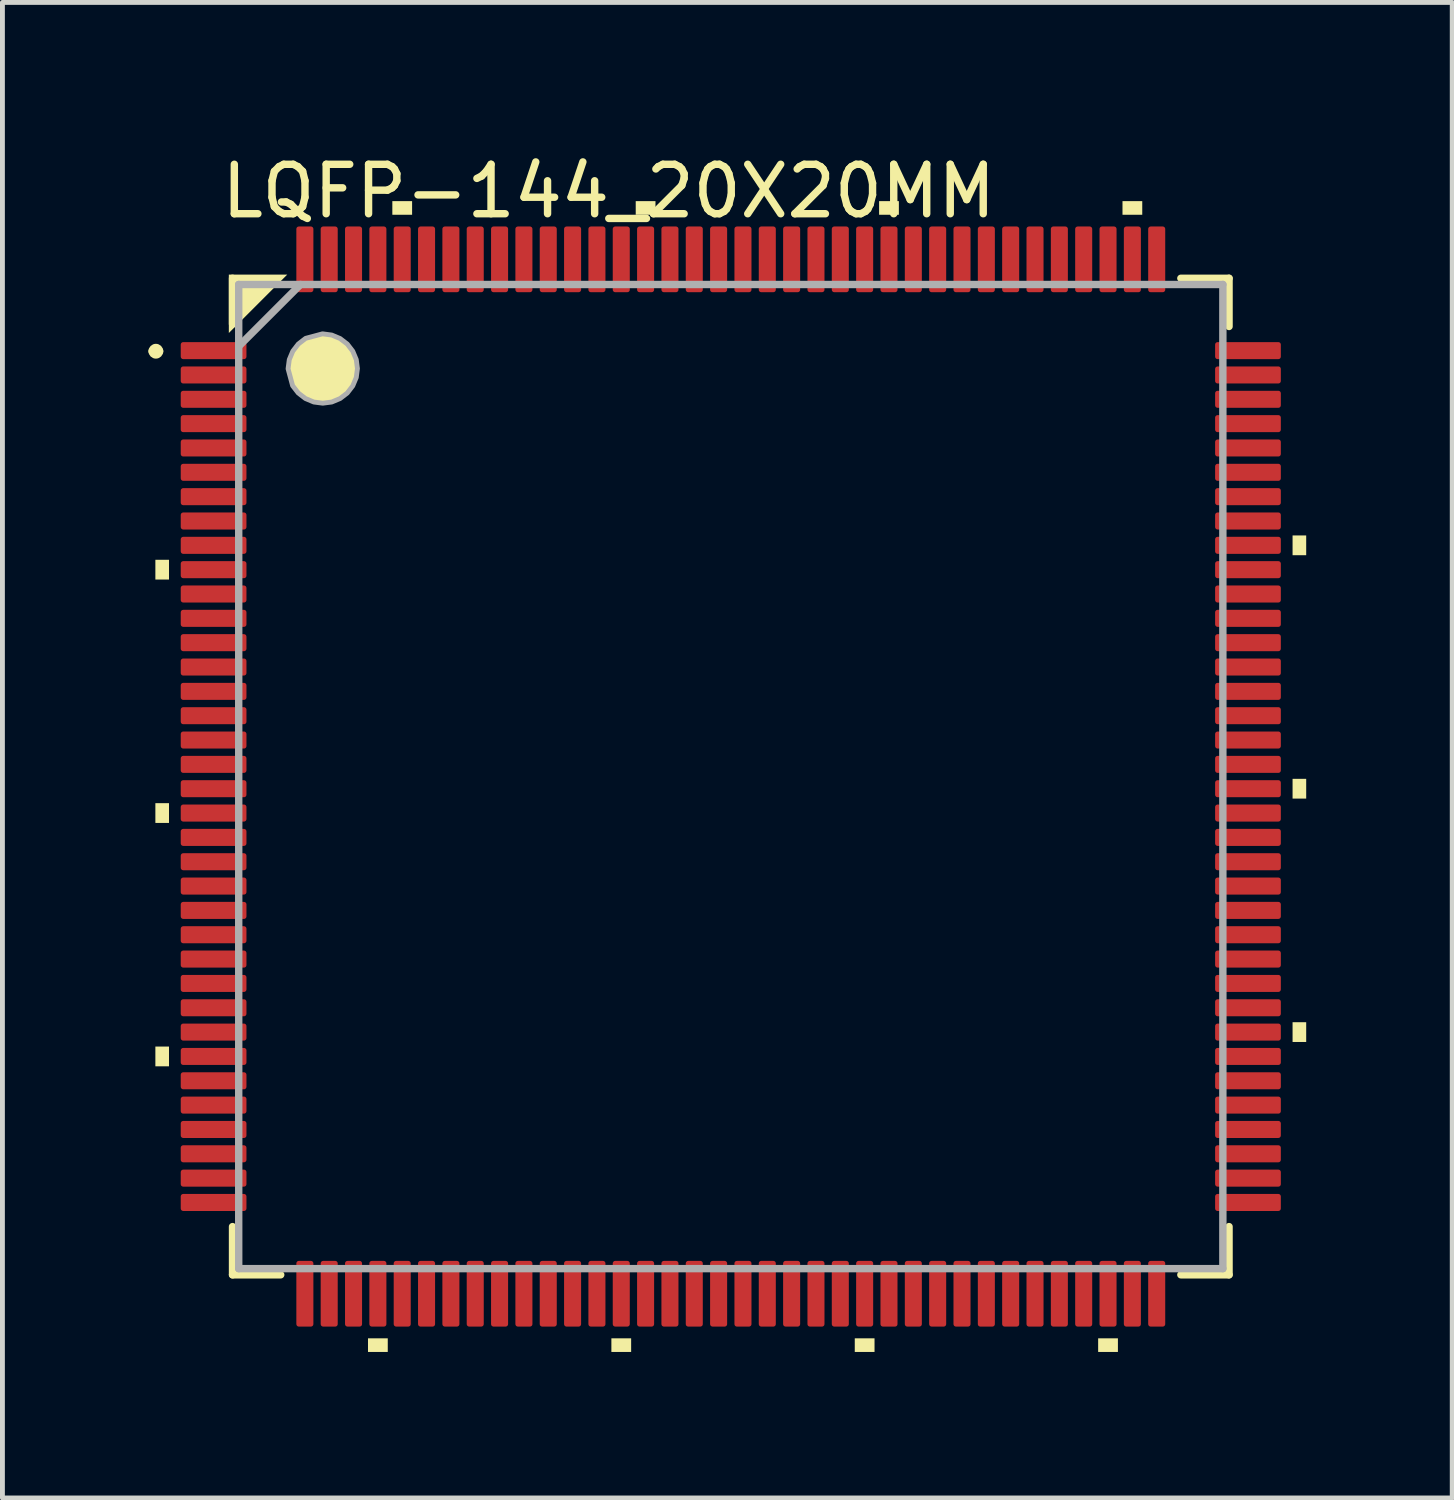
<source format=kicad_pcb>
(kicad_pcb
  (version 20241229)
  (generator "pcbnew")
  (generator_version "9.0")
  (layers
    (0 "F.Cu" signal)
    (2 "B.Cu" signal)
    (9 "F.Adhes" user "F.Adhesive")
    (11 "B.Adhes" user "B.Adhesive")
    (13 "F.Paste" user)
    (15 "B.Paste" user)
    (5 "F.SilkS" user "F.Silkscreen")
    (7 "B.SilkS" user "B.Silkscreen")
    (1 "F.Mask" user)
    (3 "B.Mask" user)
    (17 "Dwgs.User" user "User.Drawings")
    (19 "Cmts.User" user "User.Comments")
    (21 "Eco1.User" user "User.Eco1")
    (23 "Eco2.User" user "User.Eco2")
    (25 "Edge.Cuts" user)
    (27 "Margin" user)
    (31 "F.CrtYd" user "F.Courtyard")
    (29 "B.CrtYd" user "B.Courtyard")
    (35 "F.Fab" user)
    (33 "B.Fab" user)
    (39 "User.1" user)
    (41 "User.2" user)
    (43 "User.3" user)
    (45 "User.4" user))
  (footprint "LQFP-144_20X20MM"
    (layer "F.Cu")
    (at 11.963 12.903)
    (property "Reference" "LQFP-144_20X20MM" (at -10.541 -11.43 0) (layer "F.SilkS") (effects (font (size 1.016 1.016) (thickness 0.152)) (justify left bottom)))
    (attr smd)
    (fp_line (start -10.236 -10.236) (end -10.236 -9.296) (stroke (width 0.152) (type solid)) (layer "F.SilkS"))
    (fp_line (start -10.236 9.246) (end -10.236 10.236) (stroke (width 0.152) (type solid)) (layer "F.SilkS"))
    (fp_line (start -10.236 10.236) (end -9.246 10.236) (stroke (width 0.152) (type solid)) (layer "F.SilkS"))
    (fp_line (start 9.246 10.236) (end 10.236 10.236) (stroke (width 0.152) (type solid)) (layer "F.SilkS"))
    (fp_line (start 10.236 -10.236) (end 9.246 -10.236) (stroke (width 0.152) (type solid)) (layer "F.SilkS"))
    (fp_line (start 10.236 -9.246) (end 10.236 -10.236) (stroke (width 0.152) (type solid)) (layer "F.SilkS"))
    (fp_line (start 10.236 10.236) (end 10.236 9.246) (stroke (width 0.152) (type solid)) (layer "F.SilkS"))
    (fp_arc (start -11.8872 -8.7376) (mid -11.811 -8.8138) (end -11.7348 -8.7376) (stroke (width 0.1524) (type solid)) (layer "F.SilkS"))
    (fp_arc (start -11.7348 -8.7376) (mid -11.811 -8.6614) (end -11.8872 -8.7376) (stroke (width 0.1524) (type solid)) (layer "F.SilkS"))
    (fp_poly (pts (xy -10.312 -9.112) (xy -10.312 -10.312) (xy -9.112 -10.312)) (stroke (width 0) (type default)) (fill yes) (layer "F.SilkS"))
    (fp_poly (pts (xy -11.541 -4.047) (xy -11.821 -4.047) (xy -11.821 -4.453) (xy -11.541 -4.453)) (stroke (width 0) (type default)) (fill yes) (layer "F.SilkS"))
    (fp_poly (pts (xy -11.541 0.953) (xy -11.821 0.953) (xy -11.821 0.547) (xy -11.541 0.547)) (stroke (width 0) (type default)) (fill yes) (layer "F.SilkS"))
    (fp_poly (pts (xy -11.541 5.953) (xy -11.821 5.953) (xy -11.821 5.547) (xy -11.541 5.547)) (stroke (width 0) (type default)) (fill yes) (layer "F.SilkS"))
    (fp_poly (pts (xy -7.047 11.821) (xy -7.453 11.821) (xy -7.453 11.541) (xy -7.047 11.541)) (stroke (width 0) (type default)) (fill yes) (layer "F.SilkS"))
    (fp_poly (pts (xy -6.547 -11.541) (xy -6.953 -11.541) (xy -6.953 -11.821) (xy -6.547 -11.821)) (stroke (width 0) (type default)) (fill yes) (layer "F.SilkS"))
    (fp_poly (pts (xy -2.047 11.821) (xy -2.453 11.821) (xy -2.453 11.541) (xy -2.047 11.541)) (stroke (width 0) (type default)) (fill yes) (layer "F.SilkS"))
    (fp_poly (pts (xy -1.547 -11.541) (xy -1.953 -11.541) (xy -1.953 -11.821) (xy -1.547 -11.821)) (stroke (width 0) (type default)) (fill yes) (layer "F.SilkS"))
    (fp_poly (pts (xy 2.953 11.821) (xy 2.547 11.821) (xy 2.547 11.541) (xy 2.953 11.541)) (stroke (width 0) (type default)) (fill yes) (layer "F.SilkS"))
    (fp_poly (pts (xy 3.453 -11.541) (xy 3.047 -11.541) (xy 3.047 -11.821) (xy 3.453 -11.821)) (stroke (width 0) (type default)) (fill yes) (layer "F.SilkS"))
    (fp_poly (pts (xy 7.953 11.821) (xy 7.547 11.821) (xy 7.547 11.541) (xy 7.953 11.541)) (stroke (width 0) (type default)) (fill yes) (layer "F.SilkS"))
    (fp_poly (pts (xy 8.453 -11.541) (xy 8.047 -11.541) (xy 8.047 -11.821) (xy 8.453 -11.821)) (stroke (width 0) (type default)) (fill yes) (layer "F.SilkS"))
    (fp_poly (pts (xy 11.821 -4.547) (xy 11.541 -4.547) (xy 11.541 -4.953) (xy 11.821 -4.953)) (stroke (width 0) (type default)) (fill yes) (layer "F.SilkS"))
    (fp_poly (pts (xy 11.821 0.453) (xy 11.541 0.453) (xy 11.541 0.047) (xy 11.821 0.047)) (stroke (width 0) (type default)) (fill yes) (layer "F.SilkS"))
    (fp_poly (pts (xy 11.821 5.453) (xy 11.541 5.453) (xy 11.541 5.047) (xy 11.821 5.047)) (stroke (width 0) (type default)) (fill yes) (layer "F.SilkS"))
    (fp_poly (pts (xy -8.198 -9.07) (xy -8.026 -8.998) (xy -7.879 -8.885) (xy -7.766 -8.738) (xy -7.694 -8.566) (xy -7.67 -8.382) (xy -7.694 -8.198) (xy -7.766 -8.026) (xy -7.879 -7.879) (xy -8.026 -7.766) (xy -8.198 -7.694) (xy -8.382 -7.67) (xy -8.566 -7.694) (xy -8.738 -7.766) (xy -8.885 -7.879) (xy -9.002 -8.03) (xy -9.095 -8.377) (xy -9.07 -8.566) (xy -8.998 -8.738) (xy -8.885 -8.885) (xy -8.734 -9.002) (xy -8.387 -9.095)) (stroke (width 0) (type default)) (fill yes) (layer "F.SilkS"))
    (fp_line (start -10.109 -10.109) (end -10.109 10.109) (stroke (width 0.152) (type solid)) (layer "F.Fab"))
    (fp_line (start -10.109 -8.839) (end -8.839 -10.109) (stroke (width 0.152) (type solid)) (layer "F.Fab"))
    (fp_line (start -10.109 10.109) (end 10.109 10.109) (stroke (width 0.152) (type solid)) (layer "F.Fab"))
    (fp_line (start 10.109 -10.109) (end -10.109 -10.109) (stroke (width 0.152) (type solid)) (layer "F.Fab"))
    (fp_line (start 10.109 10.109) (end 10.109 -10.109) (stroke (width 0.152) (type solid)) (layer "F.Fab"))
    (fp_poly (pts (xy -8.198 -9.07) (xy -8.026 -8.998) (xy -7.879 -8.885) (xy -7.766 -8.738) (xy -7.694 -8.566) (xy -7.67 -8.382) (xy -7.694 -8.198) (xy -7.766 -8.026) (xy -7.879 -7.879) (xy -8.026 -7.766) (xy -8.198 -7.694) (xy -8.382 -7.67) (xy -8.566 -7.694) (xy -8.738 -7.766) (xy -8.885 -7.879) (xy -9.002 -8.03) (xy -9.095 -8.377) (xy -9.07 -8.566) (xy -8.998 -8.738) (xy -8.885 -8.885) (xy -8.734 -9.002) (xy -8.387 -9.095)) (stroke (width 0.1) (type default)) (fill no) (layer "F.Fab"))
    (pad "1" smd roundrect (at -10.625 -8.75) (size 1.35 0.35) (layers "F.Cu" "F.Mask" "F.Paste") (roundrect_rratio 0.145))
    (pad "2" smd roundrect (at -10.625 -8.25) (size 1.35 0.35) (layers "F.Cu" "F.Mask" "F.Paste") (roundrect_rratio 0.145))
    (pad "3" smd roundrect (at -10.625 -7.75) (size 1.35 0.35) (layers "F.Cu" "F.Mask" "F.Paste") (roundrect_rratio 0.145))
    (pad "4" smd roundrect (at -10.625 -7.25) (size 1.35 0.35) (layers "F.Cu" "F.Mask" "F.Paste") (roundrect_rratio 0.145))
    (pad "5" smd roundrect (at -10.625 -6.75) (size 1.35 0.35) (layers "F.Cu" "F.Mask" "F.Paste") (roundrect_rratio 0.145))
    (pad "6" smd roundrect (at -10.625 -6.25) (size 1.35 0.35) (layers "F.Cu" "F.Mask" "F.Paste") (roundrect_rratio 0.145))
    (pad "7" smd roundrect (at -10.625 -5.75) (size 1.35 0.35) (layers "F.Cu" "F.Mask" "F.Paste") (roundrect_rratio 0.145))
    (pad "8" smd roundrect (at -10.625 -5.25) (size 1.35 0.35) (layers "F.Cu" "F.Mask" "F.Paste") (roundrect_rratio 0.145))
    (pad "9" smd roundrect (at -10.625 -4.75) (size 1.35 0.35) (layers "F.Cu" "F.Mask" "F.Paste") (roundrect_rratio 0.145))
    (pad "10" smd roundrect (at -10.625 -4.25) (size 1.35 0.35) (layers "F.Cu" "F.Mask" "F.Paste") (roundrect_rratio 0.145))
    (pad "11" smd roundrect (at -10.625 -3.75) (size 1.35 0.35) (layers "F.Cu" "F.Mask" "F.Paste") (roundrect_rratio 0.145))
    (pad "12" smd roundrect (at -10.625 -3.25) (size 1.35 0.35) (layers "F.Cu" "F.Mask" "F.Paste") (roundrect_rratio 0.145))
    (pad "13" smd roundrect (at -10.625 -2.75) (size 1.35 0.35) (layers "F.Cu" "F.Mask" "F.Paste") (roundrect_rratio 0.145))
    (pad "14" smd roundrect (at -10.625 -2.25) (size 1.35 0.35) (layers "F.Cu" "F.Mask" "F.Paste") (roundrect_rratio 0.145))
    (pad "15" smd roundrect (at -10.625 -1.75) (size 1.35 0.35) (layers "F.Cu" "F.Mask" "F.Paste") (roundrect_rratio 0.145))
    (pad "16" smd roundrect (at -10.625 -1.25) (size 1.35 0.35) (layers "F.Cu" "F.Mask" "F.Paste") (roundrect_rratio 0.145))
    (pad "17" smd roundrect (at -10.625 -0.75) (size 1.35 0.35) (layers "F.Cu" "F.Mask" "F.Paste") (roundrect_rratio 0.145))
    (pad "18" smd roundrect (at -10.625 -0.25) (size 1.35 0.35) (layers "F.Cu" "F.Mask" "F.Paste") (roundrect_rratio 0.145))
    (pad "19" smd roundrect (at -10.625 0.25) (size 1.35 0.35) (layers "F.Cu" "F.Mask" "F.Paste") (roundrect_rratio 0.145))
    (pad "20" smd roundrect (at -10.625 0.75) (size 1.35 0.35) (layers "F.Cu" "F.Mask" "F.Paste") (roundrect_rratio 0.145))
    (pad "21" smd roundrect (at -10.625 1.25) (size 1.35 0.35) (layers "F.Cu" "F.Mask" "F.Paste") (roundrect_rratio 0.145))
    (pad "22" smd roundrect (at -10.625 1.75) (size 1.35 0.35) (layers "F.Cu" "F.Mask" "F.Paste") (roundrect_rratio 0.145))
    (pad "23" smd roundrect (at -10.625 2.25) (size 1.35 0.35) (layers "F.Cu" "F.Mask" "F.Paste") (roundrect_rratio 0.145))
    (pad "24" smd roundrect (at -10.625 2.75) (size 1.35 0.35) (layers "F.Cu" "F.Mask" "F.Paste") (roundrect_rratio 0.145))
    (pad "25" smd roundrect (at -10.625 3.25) (size 1.35 0.35) (layers "F.Cu" "F.Mask" "F.Paste") (roundrect_rratio 0.145))
    (pad "26" smd roundrect (at -10.625 3.75) (size 1.35 0.35) (layers "F.Cu" "F.Mask" "F.Paste") (roundrect_rratio 0.145))
    (pad "27" smd roundrect (at -10.625 4.25) (size 1.35 0.35) (layers "F.Cu" "F.Mask" "F.Paste") (roundrect_rratio 0.145))
    (pad "28" smd roundrect (at -10.625 4.75) (size 1.35 0.35) (layers "F.Cu" "F.Mask" "F.Paste") (roundrect_rratio 0.145))
    (pad "29" smd roundrect (at -10.625 5.25) (size 1.35 0.35) (layers "F.Cu" "F.Mask" "F.Paste") (roundrect_rratio 0.145))
    (pad "30" smd roundrect (at -10.625 5.75) (size 1.35 0.35) (layers "F.Cu" "F.Mask" "F.Paste") (roundrect_rratio 0.145))
    (pad "31" smd roundrect (at -10.625 6.25) (size 1.35 0.35) (layers "F.Cu" "F.Mask" "F.Paste") (roundrect_rratio 0.145))
    (pad "32" smd roundrect (at -10.625 6.75) (size 1.35 0.35) (layers "F.Cu" "F.Mask" "F.Paste") (roundrect_rratio 0.145))
    (pad "33" smd roundrect (at -10.625 7.25) (size 1.35 0.35) (layers "F.Cu" "F.Mask" "F.Paste") (roundrect_rratio 0.145))
    (pad "34" smd roundrect (at -10.625 7.75) (size 1.35 0.35) (layers "F.Cu" "F.Mask" "F.Paste") (roundrect_rratio 0.145))
    (pad "35" smd roundrect (at -10.625 8.25) (size 1.35 0.35) (layers "F.Cu" "F.Mask" "F.Paste") (roundrect_rratio 0.145))
    (pad "36" smd roundrect (at -10.625 8.75) (size 1.35 0.35) (layers "F.Cu" "F.Mask" "F.Paste") (roundrect_rratio 0.145))
    (pad "37" smd roundrect (at -8.75 10.625 90) (size 1.35 0.35) (layers "F.Cu" "F.Mask" "F.Paste") (roundrect_rratio 0.145))
    (pad "38" smd roundrect (at -8.25 10.625 90) (size 1.35 0.35) (layers "F.Cu" "F.Mask" "F.Paste") (roundrect_rratio 0.145))
    (pad "39" smd roundrect (at -7.75 10.625 90) (size 1.35 0.35) (layers "F.Cu" "F.Mask" "F.Paste") (roundrect_rratio 0.145))
    (pad "40" smd roundrect (at -7.25 10.625 90) (size 1.35 0.35) (layers "F.Cu" "F.Mask" "F.Paste") (roundrect_rratio 0.145))
    (pad "41" smd roundrect (at -6.75 10.625 90) (size 1.35 0.35) (layers "F.Cu" "F.Mask" "F.Paste") (roundrect_rratio 0.145))
    (pad "42" smd roundrect (at -6.25 10.625 90) (size 1.35 0.35) (layers "F.Cu" "F.Mask" "F.Paste") (roundrect_rratio 0.145))
    (pad "43" smd roundrect (at -5.75 10.625 90) (size 1.35 0.35) (layers "F.Cu" "F.Mask" "F.Paste") (roundrect_rratio 0.145))
    (pad "44" smd roundrect (at -5.25 10.625 90) (size 1.35 0.35) (layers "F.Cu" "F.Mask" "F.Paste") (roundrect_rratio 0.145))
    (pad "45" smd roundrect (at -4.75 10.625 90) (size 1.35 0.35) (layers "F.Cu" "F.Mask" "F.Paste") (roundrect_rratio 0.145))
    (pad "46" smd roundrect (at -4.25 10.625 90) (size 1.35 0.35) (layers "F.Cu" "F.Mask" "F.Paste") (roundrect_rratio 0.145))
    (pad "47" smd roundrect (at -3.75 10.625 90) (size 1.35 0.35) (layers "F.Cu" "F.Mask" "F.Paste") (roundrect_rratio 0.145))
    (pad "48" smd roundrect (at -3.25 10.625 90) (size 1.35 0.35) (layers "F.Cu" "F.Mask" "F.Paste") (roundrect_rratio 0.145))
    (pad "49" smd roundrect (at -2.75 10.625 90) (size 1.35 0.35) (layers "F.Cu" "F.Mask" "F.Paste") (roundrect_rratio 0.145))
    (pad "50" smd roundrect (at -2.25 10.625 90) (size 1.35 0.35) (layers "F.Cu" "F.Mask" "F.Paste") (roundrect_rratio 0.145))
    (pad "51" smd roundrect (at -1.75 10.625 90) (size 1.35 0.35) (layers "F.Cu" "F.Mask" "F.Paste") (roundrect_rratio 0.145))
    (pad "52" smd roundrect (at -1.25 10.625 90) (size 1.35 0.35) (layers "F.Cu" "F.Mask" "F.Paste") (roundrect_rratio 0.145))
    (pad "53" smd roundrect (at -0.75 10.625 90) (size 1.35 0.35) (layers "F.Cu" "F.Mask" "F.Paste") (roundrect_rratio 0.145))
    (pad "54" smd roundrect (at -0.25 10.625 90) (size 1.35 0.35) (layers "F.Cu" "F.Mask" "F.Paste") (roundrect_rratio 0.145))
    (pad "55" smd roundrect (at 0.25 10.625 90) (size 1.35 0.35) (layers "F.Cu" "F.Mask" "F.Paste") (roundrect_rratio 0.145))
    (pad "56" smd roundrect (at 0.75 10.625 90) (size 1.35 0.35) (layers "F.Cu" "F.Mask" "F.Paste") (roundrect_rratio 0.145))
    (pad "57" smd roundrect (at 1.25 10.625 90) (size 1.35 0.35) (layers "F.Cu" "F.Mask" "F.Paste") (roundrect_rratio 0.145))
    (pad "58" smd roundrect (at 1.75 10.625 90) (size 1.35 0.35) (layers "F.Cu" "F.Mask" "F.Paste") (roundrect_rratio 0.145))
    (pad "59" smd roundrect (at 2.25 10.625 90) (size 1.35 0.35) (layers "F.Cu" "F.Mask" "F.Paste") (roundrect_rratio 0.145))
    (pad "60" smd roundrect (at 2.75 10.625 90) (size 1.35 0.35) (layers "F.Cu" "F.Mask" "F.Paste") (roundrect_rratio 0.145))
    (pad "61" smd roundrect (at 3.25 10.625 90) (size 1.35 0.35) (layers "F.Cu" "F.Mask" "F.Paste") (roundrect_rratio 0.145))
    (pad "62" smd roundrect (at 3.75 10.625 90) (size 1.35 0.35) (layers "F.Cu" "F.Mask" "F.Paste") (roundrect_rratio 0.145))
    (pad "63" smd roundrect (at 4.25 10.625 90) (size 1.35 0.35) (layers "F.Cu" "F.Mask" "F.Paste") (roundrect_rratio 0.145))
    (pad "64" smd roundrect (at 4.75 10.625 90) (size 1.35 0.35) (layers "F.Cu" "F.Mask" "F.Paste") (roundrect_rratio 0.145))
    (pad "65" smd roundrect (at 5.25 10.625 90) (size 1.35 0.35) (layers "F.Cu" "F.Mask" "F.Paste") (roundrect_rratio 0.145))
    (pad "66" smd roundrect (at 5.75 10.625 90) (size 1.35 0.35) (layers "F.Cu" "F.Mask" "F.Paste") (roundrect_rratio 0.145))
    (pad "67" smd roundrect (at 6.25 10.625 90) (size 1.35 0.35) (layers "F.Cu" "F.Mask" "F.Paste") (roundrect_rratio 0.145))
    (pad "68" smd roundrect (at 6.75 10.625 90) (size 1.35 0.35) (layers "F.Cu" "F.Mask" "F.Paste") (roundrect_rratio 0.145))
    (pad "69" smd roundrect (at 7.25 10.625 90) (size 1.35 0.35) (layers "F.Cu" "F.Mask" "F.Paste") (roundrect_rratio 0.145))
    (pad "70" smd roundrect (at 7.75 10.625 90) (size 1.35 0.35) (layers "F.Cu" "F.Mask" "F.Paste") (roundrect_rratio 0.145))
    (pad "71" smd roundrect (at 8.25 10.625 90) (size 1.35 0.35) (layers "F.Cu" "F.Mask" "F.Paste") (roundrect_rratio 0.145))
    (pad "72" smd roundrect (at 8.75 10.625 90) (size 1.35 0.35) (layers "F.Cu" "F.Mask" "F.Paste") (roundrect_rratio 0.145))
    (pad "73" smd roundrect (at 10.625 8.75 180) (size 1.35 0.35) (layers "F.Cu" "F.Mask" "F.Paste") (roundrect_rratio 0.145))
    (pad "74" smd roundrect (at 10.625 8.25 180) (size 1.35 0.35) (layers "F.Cu" "F.Mask" "F.Paste") (roundrect_rratio 0.145))
    (pad "75" smd roundrect (at 10.625 7.75 180) (size 1.35 0.35) (layers "F.Cu" "F.Mask" "F.Paste") (roundrect_rratio 0.145))
    (pad "76" smd roundrect (at 10.625 7.25 180) (size 1.35 0.35) (layers "F.Cu" "F.Mask" "F.Paste") (roundrect_rratio 0.145))
    (pad "77" smd roundrect (at 10.625 6.75 180) (size 1.35 0.35) (layers "F.Cu" "F.Mask" "F.Paste") (roundrect_rratio 0.145))
    (pad "78" smd roundrect (at 10.625 6.25 180) (size 1.35 0.35) (layers "F.Cu" "F.Mask" "F.Paste") (roundrect_rratio 0.145))
    (pad "79" smd roundrect (at 10.625 5.75 180) (size 1.35 0.35) (layers "F.Cu" "F.Mask" "F.Paste") (roundrect_rratio 0.145))
    (pad "80" smd roundrect (at 10.625 5.25 180) (size 1.35 0.35) (layers "F.Cu" "F.Mask" "F.Paste") (roundrect_rratio 0.145))
    (pad "81" smd roundrect (at 10.625 4.75 180) (size 1.35 0.35) (layers "F.Cu" "F.Mask" "F.Paste") (roundrect_rratio 0.145))
    (pad "82" smd roundrect (at 10.625 4.25 180) (size 1.35 0.35) (layers "F.Cu" "F.Mask" "F.Paste") (roundrect_rratio 0.145))
    (pad "83" smd roundrect (at 10.625 3.75 180) (size 1.35 0.35) (layers "F.Cu" "F.Mask" "F.Paste") (roundrect_rratio 0.145))
    (pad "84" smd roundrect (at 10.625 3.25 180) (size 1.35 0.35) (layers "F.Cu" "F.Mask" "F.Paste") (roundrect_rratio 0.145))
    (pad "85" smd roundrect (at 10.625 2.75 180) (size 1.35 0.35) (layers "F.Cu" "F.Mask" "F.Paste") (roundrect_rratio 0.145))
    (pad "86" smd roundrect (at 10.625 2.25 180) (size 1.35 0.35) (layers "F.Cu" "F.Mask" "F.Paste") (roundrect_rratio 0.145))
    (pad "87" smd roundrect (at 10.625 1.75 180) (size 1.35 0.35) (layers "F.Cu" "F.Mask" "F.Paste") (roundrect_rratio 0.145))
    (pad "88" smd roundrect (at 10.625 1.25 180) (size 1.35 0.35) (layers "F.Cu" "F.Mask" "F.Paste") (roundrect_rratio 0.145))
    (pad "89" smd roundrect (at 10.625 0.75 180) (size 1.35 0.35) (layers "F.Cu" "F.Mask" "F.Paste") (roundrect_rratio 0.145))
    (pad "90" smd roundrect (at 10.625 0.25 180) (size 1.35 0.35) (layers "F.Cu" "F.Mask" "F.Paste") (roundrect_rratio 0.145))
    (pad "91" smd roundrect (at 10.625 -0.25 180) (size 1.35 0.35) (layers "F.Cu" "F.Mask" "F.Paste") (roundrect_rratio 0.145))
    (pad "92" smd roundrect (at 10.625 -0.75 180) (size 1.35 0.35) (layers "F.Cu" "F.Mask" "F.Paste") (roundrect_rratio 0.145))
    (pad "93" smd roundrect (at 10.625 -1.25 180) (size 1.35 0.35) (layers "F.Cu" "F.Mask" "F.Paste") (roundrect_rratio 0.145))
    (pad "94" smd roundrect (at 10.625 -1.75 180) (size 1.35 0.35) (layers "F.Cu" "F.Mask" "F.Paste") (roundrect_rratio 0.145))
    (pad "95" smd roundrect (at 10.625 -2.25 180) (size 1.35 0.35) (layers "F.Cu" "F.Mask" "F.Paste") (roundrect_rratio 0.145))
    (pad "96" smd roundrect (at 10.625 -2.75 180) (size 1.35 0.35) (layers "F.Cu" "F.Mask" "F.Paste") (roundrect_rratio 0.145))
    (pad "97" smd roundrect (at 10.625 -3.25 180) (size 1.35 0.35) (layers "F.Cu" "F.Mask" "F.Paste") (roundrect_rratio 0.145))
    (pad "98" smd roundrect (at 10.625 -3.75 180) (size 1.35 0.35) (layers "F.Cu" "F.Mask" "F.Paste") (roundrect_rratio 0.145))
    (pad "99" smd roundrect (at 10.625 -4.25 180) (size 1.35 0.35) (layers "F.Cu" "F.Mask" "F.Paste") (roundrect_rratio 0.145))
    (pad "100" smd roundrect (at 10.625 -4.75 180) (size 1.35 0.35) (layers "F.Cu" "F.Mask" "F.Paste") (roundrect_rratio 0.145))
    (pad "101" smd roundrect (at 10.625 -5.25 180) (size 1.35 0.35) (layers "F.Cu" "F.Mask" "F.Paste") (roundrect_rratio 0.145))
    (pad "102" smd roundrect (at 10.625 -5.75 180) (size 1.35 0.35) (layers "F.Cu" "F.Mask" "F.Paste") (roundrect_rratio 0.145))
    (pad "103" smd roundrect (at 10.625 -6.25 180) (size 1.35 0.35) (layers "F.Cu" "F.Mask" "F.Paste") (roundrect_rratio 0.145))
    (pad "104" smd roundrect (at 10.625 -6.75 180) (size 1.35 0.35) (layers "F.Cu" "F.Mask" "F.Paste") (roundrect_rratio 0.145))
    (pad "105" smd roundrect (at 10.625 -7.25 180) (size 1.35 0.35) (layers "F.Cu" "F.Mask" "F.Paste") (roundrect_rratio 0.145))
    (pad "106" smd roundrect (at 10.625 -7.75 180) (size 1.35 0.35) (layers "F.Cu" "F.Mask" "F.Paste") (roundrect_rratio 0.145))
    (pad "107" smd roundrect (at 10.625 -8.25 180) (size 1.35 0.35) (layers "F.Cu" "F.Mask" "F.Paste") (roundrect_rratio 0.145))
    (pad "108" smd roundrect (at 10.625 -8.75 180) (size 1.35 0.35) (layers "F.Cu" "F.Mask" "F.Paste") (roundrect_rratio 0.145))
    (pad "109" smd roundrect (at 8.75 -10.625 270) (size 1.35 0.35) (layers "F.Cu" "F.Mask" "F.Paste") (roundrect_rratio 0.145))
    (pad "110" smd roundrect (at 8.25 -10.625 270) (size 1.35 0.35) (layers "F.Cu" "F.Mask" "F.Paste") (roundrect_rratio 0.145))
    (pad "111" smd roundrect (at 7.75 -10.625 270) (size 1.35 0.35) (layers "F.Cu" "F.Mask" "F.Paste") (roundrect_rratio 0.145))
    (pad "112" smd roundrect (at 7.25 -10.625 270) (size 1.35 0.35) (layers "F.Cu" "F.Mask" "F.Paste") (roundrect_rratio 0.145))
    (pad "113" smd roundrect (at 6.75 -10.625 270) (size 1.35 0.35) (layers "F.Cu" "F.Mask" "F.Paste") (roundrect_rratio 0.145))
    (pad "114" smd roundrect (at 6.25 -10.625 270) (size 1.35 0.35) (layers "F.Cu" "F.Mask" "F.Paste") (roundrect_rratio 0.145))
    (pad "115" smd roundrect (at 5.75 -10.625 270) (size 1.35 0.35) (layers "F.Cu" "F.Mask" "F.Paste") (roundrect_rratio 0.145))
    (pad "116" smd roundrect (at 5.25 -10.625 270) (size 1.35 0.35) (layers "F.Cu" "F.Mask" "F.Paste") (roundrect_rratio 0.145))
    (pad "117" smd roundrect (at 4.75 -10.625 270) (size 1.35 0.35) (layers "F.Cu" "F.Mask" "F.Paste") (roundrect_rratio 0.145))
    (pad "118" smd roundrect (at 4.25 -10.625 270) (size 1.35 0.35) (layers "F.Cu" "F.Mask" "F.Paste") (roundrect_rratio 0.145))
    (pad "119" smd roundrect (at 3.75 -10.625 270) (size 1.35 0.35) (layers "F.Cu" "F.Mask" "F.Paste") (roundrect_rratio 0.145))
    (pad "120" smd roundrect (at 3.25 -10.625 270) (size 1.35 0.35) (layers "F.Cu" "F.Mask" "F.Paste") (roundrect_rratio 0.145))
    (pad "121" smd roundrect (at 2.75 -10.625 270) (size 1.35 0.35) (layers "F.Cu" "F.Mask" "F.Paste") (roundrect_rratio 0.145))
    (pad "122" smd roundrect (at 2.25 -10.625 270) (size 1.35 0.35) (layers "F.Cu" "F.Mask" "F.Paste") (roundrect_rratio 0.145))
    (pad "123" smd roundrect (at 1.75 -10.625 270) (size 1.35 0.35) (layers "F.Cu" "F.Mask" "F.Paste") (roundrect_rratio 0.145))
    (pad "124" smd roundrect (at 1.25 -10.625 270) (size 1.35 0.35) (layers "F.Cu" "F.Mask" "F.Paste") (roundrect_rratio 0.145))
    (pad "125" smd roundrect (at 0.75 -10.625 270) (size 1.35 0.35) (layers "F.Cu" "F.Mask" "F.Paste") (roundrect_rratio 0.145))
    (pad "126" smd roundrect (at 0.25 -10.625 270) (size 1.35 0.35) (layers "F.Cu" "F.Mask" "F.Paste") (roundrect_rratio 0.145))
    (pad "127" smd roundrect (at -0.25 -10.625 270) (size 1.35 0.35) (layers "F.Cu" "F.Mask" "F.Paste") (roundrect_rratio 0.145))
    (pad "128" smd roundrect (at -0.75 -10.625 270) (size 1.35 0.35) (layers "F.Cu" "F.Mask" "F.Paste") (roundrect_rratio 0.145))
    (pad "129" smd roundrect (at -1.25 -10.625 270) (size 1.35 0.35) (layers "F.Cu" "F.Mask" "F.Paste") (roundrect_rratio 0.145))
    (pad "130" smd roundrect (at -1.75 -10.625 270) (size 1.35 0.35) (layers "F.Cu" "F.Mask" "F.Paste") (roundrect_rratio 0.145))
    (pad "131" smd roundrect (at -2.25 -10.625 270) (size 1.35 0.35) (layers "F.Cu" "F.Mask" "F.Paste") (roundrect_rratio 0.145))
    (pad "132" smd roundrect (at -2.75 -10.625 270) (size 1.35 0.35) (layers "F.Cu" "F.Mask" "F.Paste") (roundrect_rratio 0.145))
    (pad "133" smd roundrect (at -3.25 -10.625 270) (size 1.35 0.35) (layers "F.Cu" "F.Mask" "F.Paste") (roundrect_rratio 0.145))
    (pad "134" smd roundrect (at -3.75 -10.625 270) (size 1.35 0.35) (layers "F.Cu" "F.Mask" "F.Paste") (roundrect_rratio 0.145))
    (pad "135" smd roundrect (at -4.25 -10.625 270) (size 1.35 0.35) (layers "F.Cu" "F.Mask" "F.Paste") (roundrect_rratio 0.145))
    (pad "136" smd roundrect (at -4.75 -10.625 270) (size 1.35 0.35) (layers "F.Cu" "F.Mask" "F.Paste") (roundrect_rratio 0.145))
    (pad "137" smd roundrect (at -5.25 -10.625 270) (size 1.35 0.35) (layers "F.Cu" "F.Mask" "F.Paste") (roundrect_rratio 0.145))
    (pad "138" smd roundrect (at -5.75 -10.625 270) (size 1.35 0.35) (layers "F.Cu" "F.Mask" "F.Paste") (roundrect_rratio 0.145))
    (pad "139" smd roundrect (at -6.25 -10.625 270) (size 1.35 0.35) (layers "F.Cu" "F.Mask" "F.Paste") (roundrect_rratio 0.145))
    (pad "140" smd roundrect (at -6.75 -10.625 270) (size 1.35 0.35) (layers "F.Cu" "F.Mask" "F.Paste") (roundrect_rratio 0.145))
    (pad "141" smd roundrect (at -7.25 -10.625 270) (size 1.35 0.35) (layers "F.Cu" "F.Mask" "F.Paste") (roundrect_rratio 0.145))
    (pad "142" smd roundrect (at -7.75 -10.625 270) (size 1.35 0.35) (layers "F.Cu" "F.Mask" "F.Paste") (roundrect_rratio 0.145))
    (pad "143" smd roundrect (at -8.25 -10.625 270) (size 1.35 0.35) (layers "F.Cu" "F.Mask" "F.Paste") (roundrect_rratio 0.145))
    (pad "144" smd roundrect (at -8.75 -10.625 270) (size 1.35 0.35) (layers "F.Cu" "F.Mask" "F.Paste") (roundrect_rratio 0.145)))
  (gr_rect
    (start -3 -3)
    (end 26.784 27.724)
    (stroke (width 0.1) (type default))
    (fill no)
    (layer "Edge.Cuts")))
</source>
